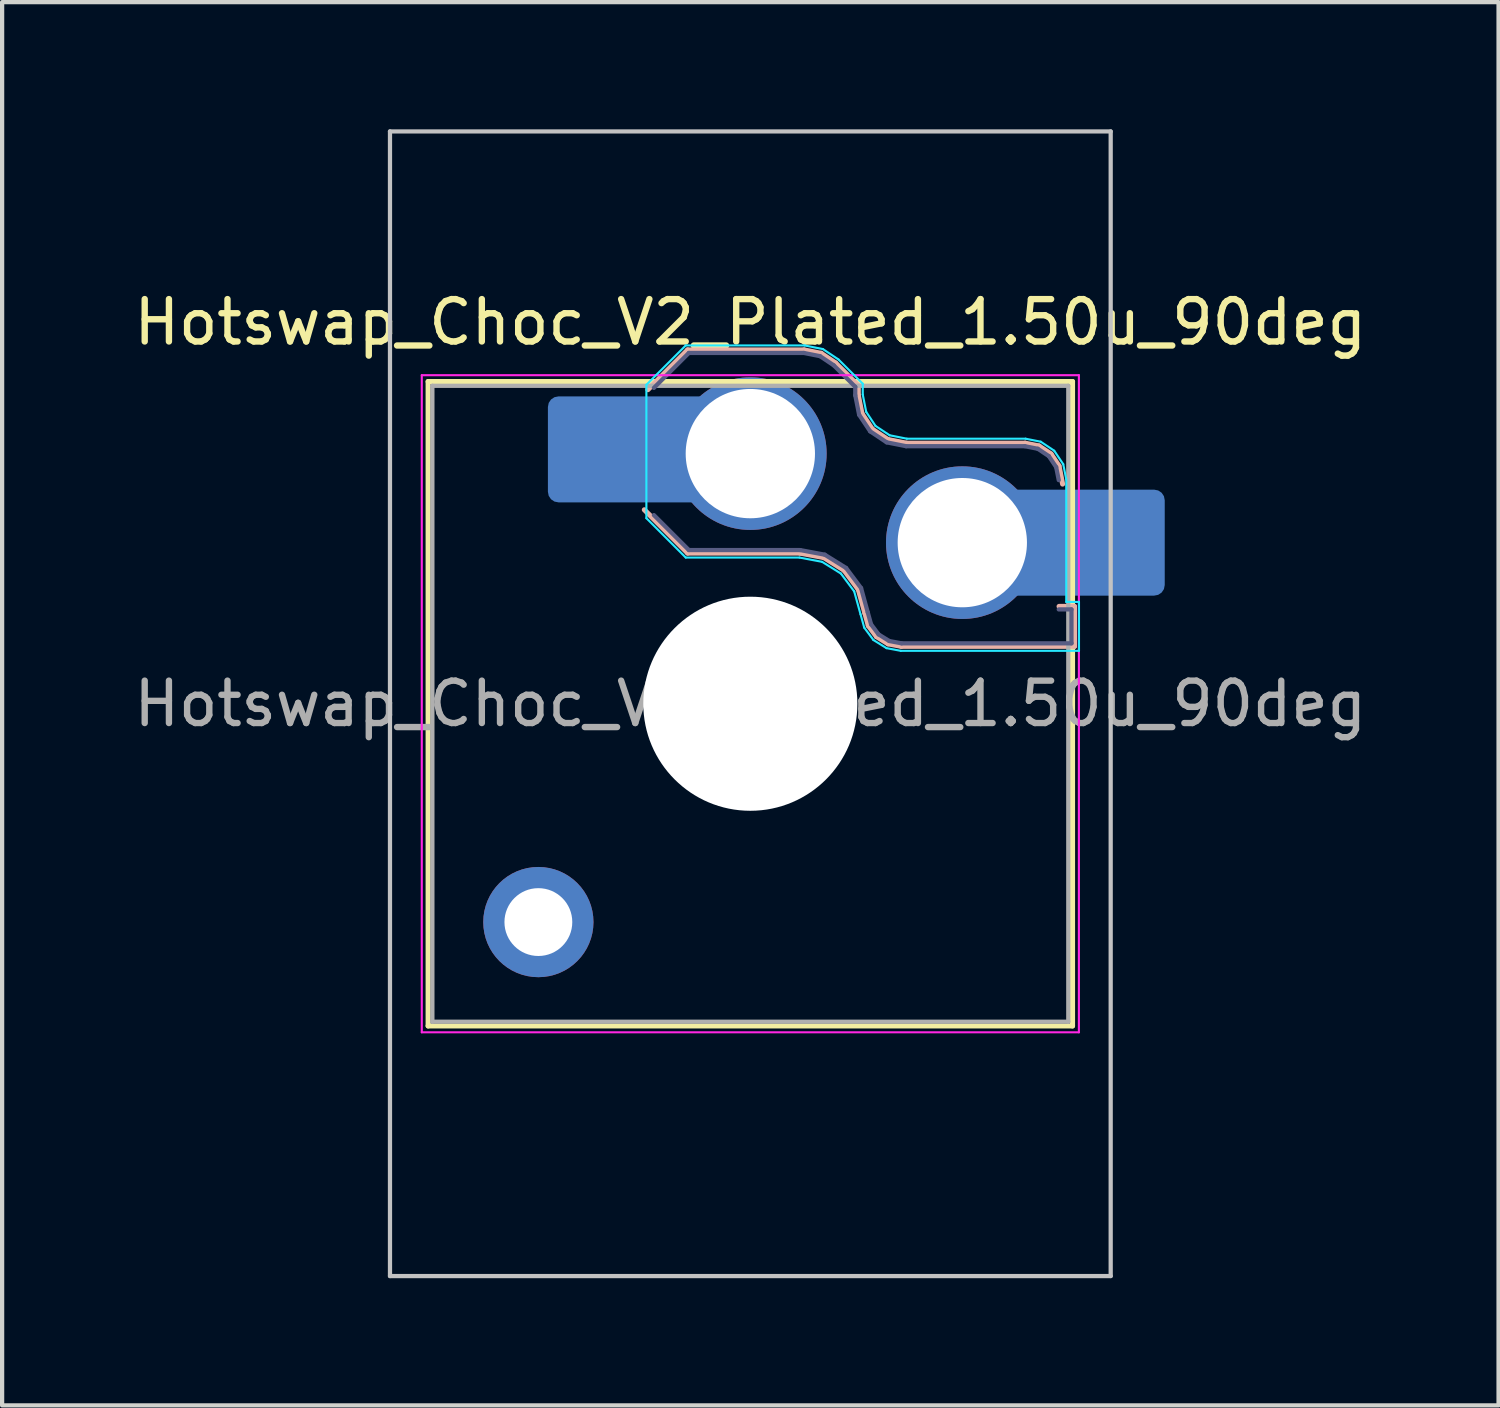
<source format=kicad_pcb>
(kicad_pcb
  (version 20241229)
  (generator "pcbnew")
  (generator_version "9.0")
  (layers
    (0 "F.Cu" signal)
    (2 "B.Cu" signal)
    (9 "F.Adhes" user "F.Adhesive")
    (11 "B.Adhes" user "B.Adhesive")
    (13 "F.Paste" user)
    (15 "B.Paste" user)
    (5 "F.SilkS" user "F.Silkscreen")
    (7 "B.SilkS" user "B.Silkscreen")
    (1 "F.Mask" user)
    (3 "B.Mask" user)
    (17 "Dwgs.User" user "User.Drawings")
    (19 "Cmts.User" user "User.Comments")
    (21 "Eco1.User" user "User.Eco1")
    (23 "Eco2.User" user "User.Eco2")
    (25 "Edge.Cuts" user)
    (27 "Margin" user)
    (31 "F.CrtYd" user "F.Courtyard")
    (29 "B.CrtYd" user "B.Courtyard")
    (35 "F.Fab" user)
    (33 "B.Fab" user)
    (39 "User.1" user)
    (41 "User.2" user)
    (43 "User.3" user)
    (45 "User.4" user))
  (footprint "Hotswap_Choc_V2_Plated_1.50u_90deg"
    (layer "F.Cu")
    (at 14.649 13.55)
    (property "Reference" "Hotswap_Choc_V2_Plated_1.50u_90deg" (at 0 -9 0) (layer "F.SilkS") (effects (font (size 1 1) (thickness 0.15))))
    (attr smd)
    (fp_line (start -7.6 -7.6) (end -7.6 7.6) (stroke (width 0.12) (type solid)) (layer "F.SilkS"))
    (fp_line (start -7.6 7.6) (end 7.6 7.6) (stroke (width 0.12) (type solid)) (layer "F.SilkS"))
    (fp_line (start 7.6 -7.6) (end -7.6 -7.6) (stroke (width 0.12) (type solid)) (layer "F.SilkS"))
    (fp_line (start 7.6 7.6) (end 7.6 -7.6) (stroke (width 0.12) (type solid)) (layer "F.SilkS"))
    (fp_line (start -2.416 -7.409) (end -1.479 -8.346) (stroke (width 0.12) (type solid)) (layer "B.SilkS"))
    (fp_line (start -1.479 -8.346) (end 1.268 -8.346) (stroke (width 0.12) (type solid)) (layer "B.SilkS"))
    (fp_line (start -1.479 -3.554) (end -2.5 -4.575) (stroke (width 0.12) (type solid)) (layer "B.SilkS"))
    (fp_line (start 1.168 -3.554) (end -1.479 -3.554) (stroke (width 0.12) (type solid)) (layer "B.SilkS"))
    (fp_line (start 1.268 -8.346) (end 1.671 -8.266) (stroke (width 0.12) (type solid)) (layer "B.SilkS"))
    (fp_line (start 1.671 -8.266) (end 2.013 -8.037) (stroke (width 0.12) (type solid)) (layer "B.SilkS"))
    (fp_line (start 1.73 -3.449) (end 1.168 -3.554) (stroke (width 0.12) (type solid)) (layer "B.SilkS"))
    (fp_line (start 2.013 -8.037) (end 2.546 -7.504) (stroke (width 0.12) (type solid)) (layer "B.SilkS"))
    (fp_line (start 2.209 -3.15) (end 1.73 -3.449) (stroke (width 0.12) (type solid)) (layer "B.SilkS"))
    (fp_line (start 2.546 -7.504) (end 2.546 -7.282) (stroke (width 0.12) (type solid)) (layer "B.SilkS"))
    (fp_line (start 2.546 -7.282) (end 2.633 -6.844) (stroke (width 0.12) (type solid)) (layer "B.SilkS"))
    (fp_line (start 2.547 -2.697) (end 2.209 -3.15) (stroke (width 0.12) (type solid)) (layer "B.SilkS"))
    (fp_line (start 2.633 -6.844) (end 2.877 -6.477) (stroke (width 0.12) (type solid)) (layer "B.SilkS"))
    (fp_line (start 2.701 -2.139) (end 2.547 -2.697) (stroke (width 0.12) (type solid)) (layer "B.SilkS"))
    (fp_line (start 2.783 -1.841) (end 2.701 -2.139) (stroke (width 0.12) (type solid)) (layer "B.SilkS"))
    (fp_line (start 2.877 -6.477) (end 3.244 -6.233) (stroke (width 0.12) (type solid)) (layer "B.SilkS"))
    (fp_line (start 2.976 -1.583) (end 2.783 -1.841) (stroke (width 0.12) (type solid)) (layer "B.SilkS"))
    (fp_line (start 3.244 -6.233) (end 3.682 -6.146) (stroke (width 0.12) (type solid)) (layer "B.SilkS"))
    (fp_line (start 3.25 -1.413) (end 2.976 -1.583) (stroke (width 0.12) (type solid)) (layer "B.SilkS"))
    (fp_line (start 3.56 -1.354) (end 3.25 -1.413) (stroke (width 0.12) (type solid)) (layer "B.SilkS"))
    (fp_line (start 3.682 -6.146) (end 6.482 -6.146) (stroke (width 0.12) (type solid)) (layer "B.SilkS"))
    (fp_line (start 6.482 -6.146) (end 6.809 -6.081) (stroke (width 0.12) (type solid)) (layer "B.SilkS"))
    (fp_line (start 6.809 -6.081) (end 7.092 -5.892) (stroke (width 0.12) (type solid)) (layer "B.SilkS"))
    (fp_line (start 7.092 -5.892) (end 7.281 -5.609) (stroke (width 0.12) (type solid)) (layer "B.SilkS"))
    (fp_line (start 7.281 -5.609) (end 7.366 -5.182) (stroke (width 0.12) (type solid)) (layer "B.SilkS"))
    (fp_line (start 7.283 -2.296) (end 7.646 -2.296) (stroke (width 0.12) (type solid)) (layer "B.SilkS"))
    (fp_line (start 7.646 -2.296) (end 7.646 -1.354) (stroke (width 0.12) (type solid)) (layer "B.SilkS"))
    (fp_line (start 7.646 -1.354) (end 3.56 -1.354) (stroke (width 0.12) (type solid)) (layer "B.SilkS"))
    (fp_line (start -8.5 -13.5) (end 8.5 -13.5) (stroke (width 0.1) (type solid)) (layer "Dwgs.User"))
    (fp_line (start -8.5 13.5) (end -8.5 -13.5) (stroke (width 0.1) (type solid)) (layer "Dwgs.User"))
    (fp_line (start 8.5 -13.5) (end 8.5 13.5) (stroke (width 0.1) (type solid)) (layer "Dwgs.User"))
    (fp_line (start 8.5 13.5) (end -8.5 13.5) (stroke (width 0.1) (type solid)) (layer "Dwgs.User"))
    (fp_line (start -7.25 -7.25) (end -7.25 7.25) (stroke (width 0.1) (type solid)) (layer "Eco1.User"))
    (fp_line (start -7.25 7.25) (end 7.25 7.25) (stroke (width 0.1) (type solid)) (layer "Eco1.User"))
    (fp_line (start 7.25 -7.25) (end -7.25 -7.25) (stroke (width 0.1) (type solid)) (layer "Eco1.User"))
    (fp_line (start 7.25 7.25) (end 7.25 -7.25) (stroke (width 0.1) (type solid)) (layer "Eco1.User"))
    (fp_line (start -2.452 -7.523) (end -1.523 -8.452) (stroke (width 0.05) (type solid)) (layer "B.CrtYd"))
    (fp_line (start -2.452 -4.377) (end -2.452 -7.523) (stroke (width 0.05) (type solid)) (layer "B.CrtYd"))
    (fp_line (start -1.523 -8.452) (end 1.278 -8.452) (stroke (width 0.05) (type solid)) (layer "B.CrtYd"))
    (fp_line (start -1.523 -3.448) (end -2.452 -4.377) (stroke (width 0.05) (type solid)) (layer "B.CrtYd"))
    (fp_line (start 1.159 -3.448) (end -1.523 -3.448) (stroke (width 0.05) (type solid)) (layer "B.CrtYd"))
    (fp_line (start 1.278 -8.452) (end 1.712 -8.366) (stroke (width 0.05) (type solid)) (layer "B.CrtYd"))
    (fp_line (start 1.691 -3.348) (end 1.159 -3.448) (stroke (width 0.05) (type solid)) (layer "B.CrtYd"))
    (fp_line (start 1.712 -8.366) (end 2.081 -8.119) (stroke (width 0.05) (type solid)) (layer "B.CrtYd"))
    (fp_line (start 2.081 -8.119) (end 2.652 -7.548) (stroke (width 0.05) (type solid)) (layer "B.CrtYd"))
    (fp_line (start 2.136 -3.071) (end 1.691 -3.348) (stroke (width 0.05) (type solid)) (layer "B.CrtYd"))
    (fp_line (start 2.45 -2.65) (end 2.136 -3.071) (stroke (width 0.05) (type solid)) (layer "B.CrtYd"))
    (fp_line (start 2.599 -2.111) (end 2.45 -2.65) (stroke (width 0.05) (type solid)) (layer "B.CrtYd"))
    (fp_line (start 2.652 -7.548) (end 2.652 -7.292) (stroke (width 0.05) (type solid)) (layer "B.CrtYd"))
    (fp_line (start 2.652 -7.292) (end 2.733 -6.885) (stroke (width 0.05) (type solid)) (layer "B.CrtYd"))
    (fp_line (start 2.687 -1.794) (end 2.599 -2.111) (stroke (width 0.05) (type solid)) (layer "B.CrtYd"))
    (fp_line (start 2.733 -6.885) (end 2.953 -6.553) (stroke (width 0.05) (type solid)) (layer "B.CrtYd"))
    (fp_line (start 2.903 -1.503) (end 2.687 -1.794) (stroke (width 0.05) (type solid)) (layer "B.CrtYd"))
    (fp_line (start 2.953 -6.553) (end 3.285 -6.333) (stroke (width 0.05) (type solid)) (layer "B.CrtYd"))
    (fp_line (start 3.211 -1.312) (end 2.903 -1.503) (stroke (width 0.05) (type solid)) (layer "B.CrtYd"))
    (fp_line (start 3.285 -6.333) (end 3.692 -6.252) (stroke (width 0.05) (type solid)) (layer "B.CrtYd"))
    (fp_line (start 3.55 -1.248) (end 3.211 -1.312) (stroke (width 0.05) (type solid)) (layer "B.CrtYd"))
    (fp_line (start 3.692 -6.252) (end 6.492 -6.252) (stroke (width 0.05) (type solid)) (layer "B.CrtYd"))
    (fp_line (start 6.492 -6.252) (end 6.85 -6.181) (stroke (width 0.05) (type solid)) (layer "B.CrtYd"))
    (fp_line (start 6.85 -6.181) (end 7.168 -5.968) (stroke (width 0.05) (type solid)) (layer "B.CrtYd"))
    (fp_line (start 7.168 -5.968) (end 7.381 -5.65) (stroke (width 0.05) (type solid)) (layer "B.CrtYd"))
    (fp_line (start 7.381 -5.65) (end 7.452 -5.292) (stroke (width 0.05) (type solid)) (layer "B.CrtYd"))
    (fp_line (start 7.452 -5.292) (end 7.452 -2.402) (stroke (width 0.05) (type solid)) (layer "B.CrtYd"))
    (fp_line (start 7.452 -2.402) (end 7.752 -2.402) (stroke (width 0.05) (type solid)) (layer "B.CrtYd"))
    (fp_line (start 7.752 -2.402) (end 7.752 -1.248) (stroke (width 0.05) (type solid)) (layer "B.CrtYd"))
    (fp_line (start 7.752 -1.248) (end 3.55 -1.248) (stroke (width 0.05) (type solid)) (layer "B.CrtYd"))
    (fp_line (start -7.75 -7.75) (end -7.75 7.75) (stroke (width 0.05) (type solid)) (layer "F.CrtYd"))
    (fp_line (start -7.75 7.75) (end 7.75 7.75) (stroke (width 0.05) (type solid)) (layer "F.CrtYd"))
    (fp_line (start 7.75 -7.75) (end -7.75 -7.75) (stroke (width 0.05) (type solid)) (layer "F.CrtYd"))
    (fp_line (start 7.75 7.75) (end 7.75 -7.75) (stroke (width 0.05) (type solid)) (layer "F.CrtYd"))
    (fp_line (start -2.275 -7.45) (end -1.45 -8.275) (stroke (width 0.1) (type solid)) (layer "B.Fab"))
    (fp_line (start -1.45 -8.275) (end 1.261 -8.275) (stroke (width 0.1) (type solid)) (layer "B.Fab"))
    (fp_line (start -1.45 -3.625) (end -2.275 -4.45) (stroke (width 0.1) (type solid)) (layer "B.Fab"))
    (fp_line (start 1.175 -3.625) (end -1.45 -3.625) (stroke (width 0.1) (type solid)) (layer "B.Fab"))
    (fp_line (start 1.261 -8.275) (end 1.643 -8.199) (stroke (width 0.1) (type solid)) (layer "B.Fab"))
    (fp_line (start 1.643 -8.199) (end 1.968 -7.982) (stroke (width 0.1) (type solid)) (layer "B.Fab"))
    (fp_line (start 1.756 -3.516) (end 1.175 -3.625) (stroke (width 0.1) (type solid)) (layer "B.Fab"))
    (fp_line (start 1.968 -7.982) (end 2.475 -7.475) (stroke (width 0.1) (type solid)) (layer "B.Fab"))
    (fp_line (start 2.258 -3.203) (end 1.756 -3.516) (stroke (width 0.1) (type solid)) (layer "B.Fab"))
    (fp_line (start 2.475 -7.475) (end 2.475 -7.275) (stroke (width 0.1) (type solid)) (layer "B.Fab"))
    (fp_line (start 2.475 -7.275) (end 2.566 -6.816) (stroke (width 0.1) (type solid)) (layer "B.Fab"))
    (fp_line (start 2.566 -6.816) (end 2.826 -6.426) (stroke (width 0.1) (type solid)) (layer "B.Fab"))
    (fp_line (start 2.612 -2.729) (end 2.258 -3.203) (stroke (width 0.1) (type solid)) (layer "B.Fab"))
    (fp_line (start 2.769 -2.158) (end 2.612 -2.729) (stroke (width 0.1) (type solid)) (layer "B.Fab"))
    (fp_line (start 2.826 -6.426) (end 3.216 -6.166) (stroke (width 0.1) (type solid)) (layer "B.Fab"))
    (fp_line (start 2.848 -1.873) (end 2.769 -2.158) (stroke (width 0.1) (type solid)) (layer "B.Fab"))
    (fp_line (start 3.025 -1.636) (end 2.848 -1.873) (stroke (width 0.1) (type solid)) (layer "B.Fab"))
    (fp_line (start 3.216 -6.166) (end 3.675 -6.075) (stroke (width 0.1) (type solid)) (layer "B.Fab"))
    (fp_line (start 3.276 -1.48) (end 3.025 -1.636) (stroke (width 0.1) (type solid)) (layer "B.Fab"))
    (fp_line (start 3.567 -1.425) (end 3.276 -1.48) (stroke (width 0.1) (type solid)) (layer "B.Fab"))
    (fp_line (start 3.675 -6.075) (end 6.475 -6.075) (stroke (width 0.1) (type solid)) (layer "B.Fab"))
    (fp_line (start 6.475 -6.075) (end 6.781 -6.014) (stroke (width 0.1) (type solid)) (layer "B.Fab"))
    (fp_line (start 6.781 -6.014) (end 7.041 -5.841) (stroke (width 0.1) (type solid)) (layer "B.Fab"))
    (fp_line (start 7.041 -5.841) (end 7.214 -5.581) (stroke (width 0.1) (type solid)) (layer "B.Fab"))
    (fp_line (start 7.214 -5.581) (end 7.275 -5.275) (stroke (width 0.1) (type solid)) (layer "B.Fab"))
    (fp_line (start 7.275 -2.225) (end 7.575 -2.225) (stroke (width 0.1) (type solid)) (layer "B.Fab"))
    (fp_line (start 7.575 -2.225) (end 7.575 -1.425) (stroke (width 0.1) (type solid)) (layer "B.Fab"))
    (fp_line (start 7.575 -1.425) (end 3.567 -1.425) (stroke (width 0.1) (type solid)) (layer "B.Fab"))
    (fp_line (start -7.5 -7.5) (end -7.5 7.5) (stroke (width 0.1) (type solid)) (layer "F.Fab"))
    (fp_line (start -7.5 7.5) (end 7.5 7.5) (stroke (width 0.1) (type solid)) (layer "F.Fab"))
    (fp_line (start 7.5 -7.5) (end -7.5 -7.5) (stroke (width 0.1) (type solid)) (layer "F.Fab"))
    (fp_line (start 7.5 7.5) (end 7.5 -7.5) (stroke (width 0.1) (type solid)) (layer "F.Fab"))
    (fp_text user "${REFERENCE}" (at 0 0 0) (layer "F.Fab") (effects (font (size 1 1) (thickness 0.15))))
    (pad "" thru_hole circle (at -5 5.15) (size 2.6 2.6) (drill 1.6) (layers "*.Cu" "*.Mask"))
    (pad "" smd roundrect (at -3.5 -6) (size 2.55 2.5) (layers "B.Mask" "B.Paste") (roundrect_rratio 0.1))
    (pad "" np_thru_hole circle (at 0 0) (size 5.05 5.05) (drill 5.05) (layers "*.Cu" "*.Mask"))
    (pad "" smd roundrect (at 8.5 -3.8) (size 2.55 2.5) (layers "B.Mask" "B.Paste") (roundrect_rratio 0.1))
    (pad "1" smd roundrect (at -2.85 -6) (size 3.85 2.5) (layers "B.Cu") (roundrect_rratio 0.1))
    (pad "1" thru_hole circle (at 0 -5.9) (size 3.6 3.6) (drill 3.05) (layers "*.Cu" "*.Mask"))
    (pad "2" thru_hole circle (at 5 -3.8) (size 3.6 3.6) (drill 3.05) (layers "*.Cu" "*.Mask"))
    (pad "2" smd roundrect (at 7.85 -3.8) (size 3.85 2.5) (layers "B.Cu") (roundrect_rratio 0.1)))
  (gr_rect
    (start -3 -3)
    (end 32.298 30.1)
    (stroke (width 0.1) (type default))
    (fill no)
    (layer "Edge.Cuts")))
</source>
